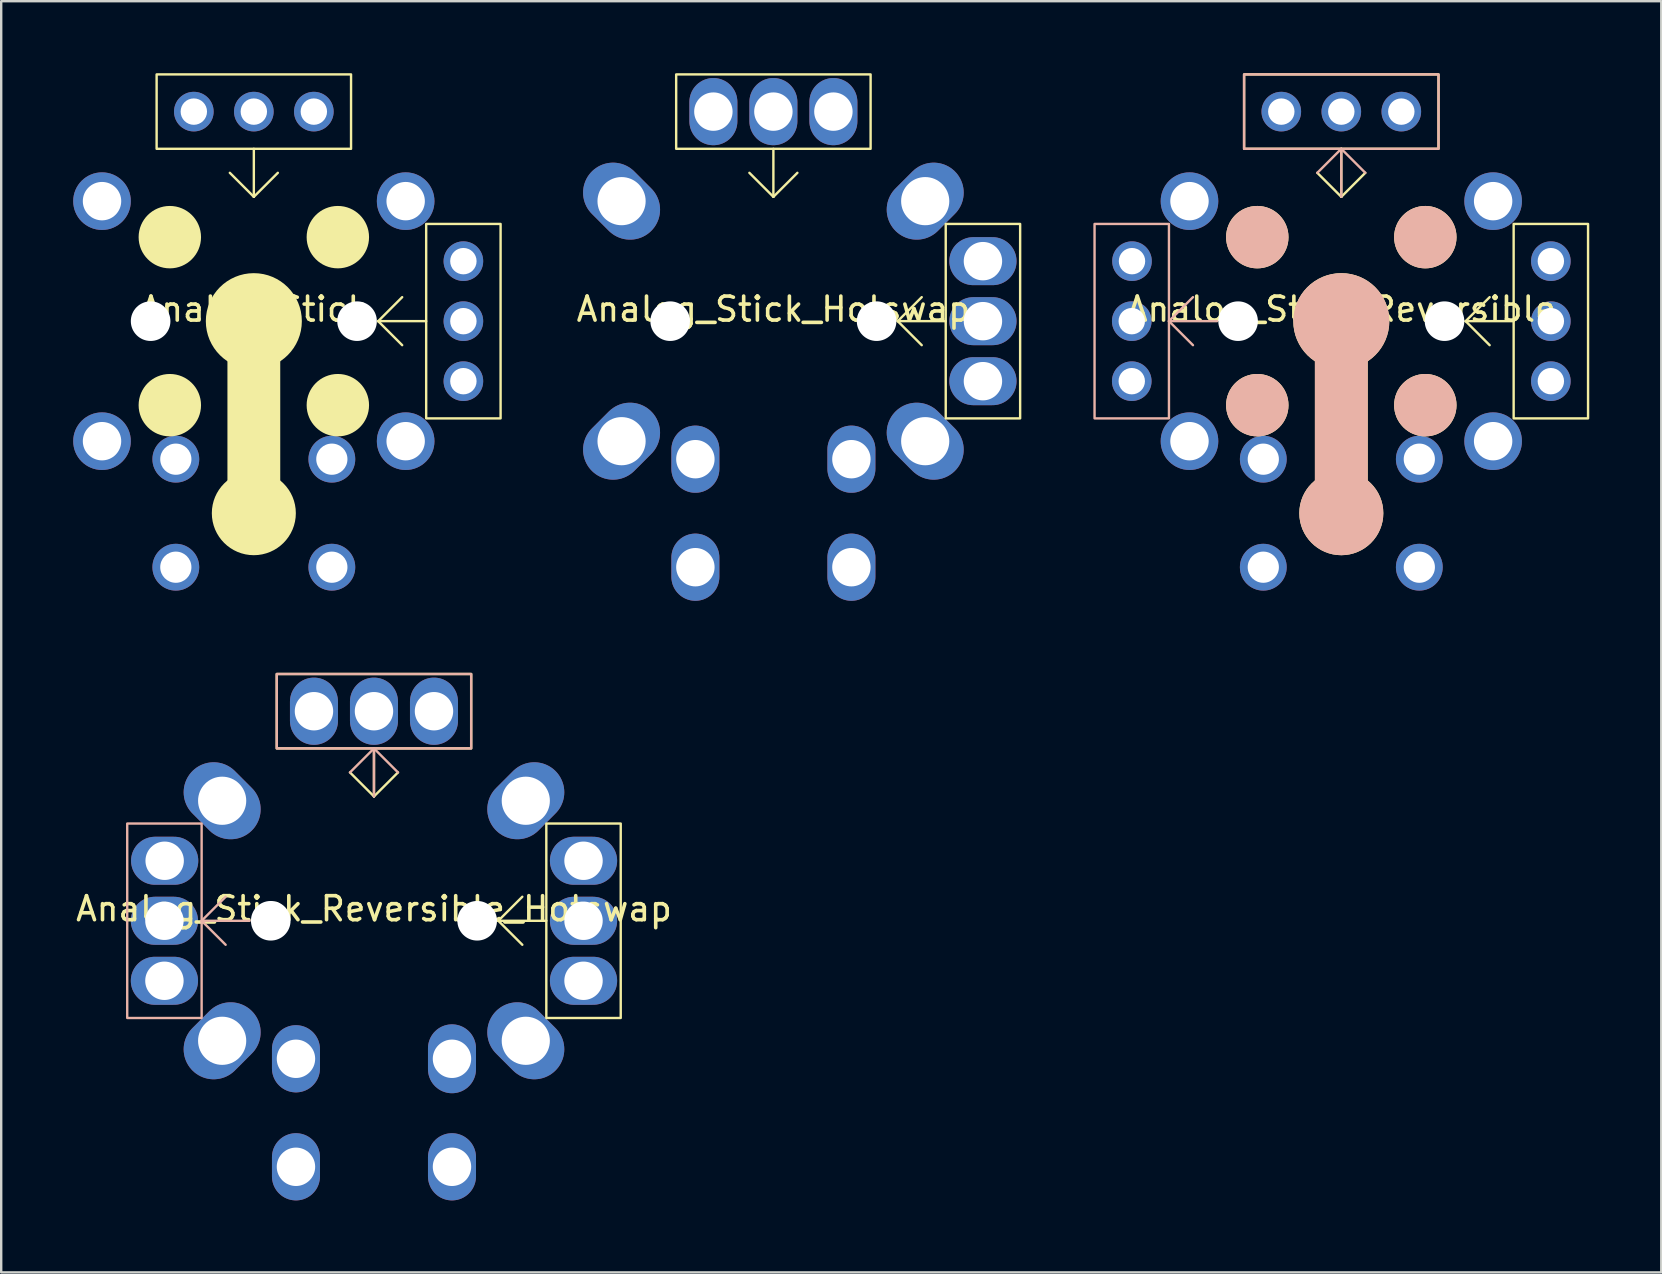
<source format=kicad_pcb>
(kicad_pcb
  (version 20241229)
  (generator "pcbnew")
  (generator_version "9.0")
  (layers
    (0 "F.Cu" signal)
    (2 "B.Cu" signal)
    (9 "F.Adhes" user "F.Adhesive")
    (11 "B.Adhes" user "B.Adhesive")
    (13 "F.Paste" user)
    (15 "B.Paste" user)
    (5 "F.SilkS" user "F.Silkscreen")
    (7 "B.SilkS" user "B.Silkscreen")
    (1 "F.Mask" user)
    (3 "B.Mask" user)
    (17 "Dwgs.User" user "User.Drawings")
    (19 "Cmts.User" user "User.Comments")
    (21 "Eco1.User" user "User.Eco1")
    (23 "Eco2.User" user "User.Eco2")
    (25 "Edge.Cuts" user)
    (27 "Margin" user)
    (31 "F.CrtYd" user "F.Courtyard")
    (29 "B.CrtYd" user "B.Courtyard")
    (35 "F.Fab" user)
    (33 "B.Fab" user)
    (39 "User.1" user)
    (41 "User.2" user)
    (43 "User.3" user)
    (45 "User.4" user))
  (footprint "Analog_Stick_Hotswap"
    (layer "F.Cu")
    (at 29.17 10.33)
    (property "Reference" "Analog_Stick_Hotswap" (at 0 -0.5 0) (unlocked yes) (layer "F.SilkS") (effects (font (size 1 1) (thickness 0.15))))
    (attr through_hole)
    (fp_line (start 0 -7.18) (end 0 -5.18) (stroke (width 0.1) (type solid)) (layer "F.SilkS"))
    (fp_line (start 0 -5.18) (end -1 -6.18) (stroke (width 0.1) (type solid)) (layer "F.SilkS"))
    (fp_line (start 0 -5.18) (end 1 -6.18) (stroke (width 0.1) (type solid)) (layer "F.SilkS"))
    (fp_line (start 5.18 0) (end 6.18 -1) (stroke (width 0.1) (type solid)) (layer "F.SilkS"))
    (fp_line (start 5.18 0) (end 6.18 1) (stroke (width 0.1) (type solid)) (layer "F.SilkS"))
    (fp_line (start 7.18 0) (end 5.18 0) (stroke (width 0.1) (type solid)) (layer "F.SilkS"))
    (fp_rect (start -4.05 -10.28) (end 4.05 -7.18) (stroke (width 0.1) (type solid)) (fill no) (layer "F.SilkS"))
    (fp_rect (start 7.18 -4.05) (end 10.28 4.05) (stroke (width 0.1) (type solid)) (fill no) (layer "F.SilkS"))
    (pad "" np_thru_hole oval (at -6.325 -5 315) (size 3.5 2.5) (drill 2.007) (layers "*.Cu" "*.Mask"))
    (pad "" np_thru_hole oval (at -6.325 5 45) (size 3.5 2.5) (drill 2.007) (layers "*.Cu" "*.Mask"))
    (pad "" np_thru_hole circle (at -4.3 0) (size 1.65 1.65) (drill 1.65) (layers "*.Cu" "*.Mask"))
    (pad "" np_thru_hole oval (at -3.25 5.75) (size 2 2.8) (drill 1.6) (layers "*.Cu" "*.Mask"))
    (pad "" np_thru_hole oval (at 3.25 10.25) (size 2 2.8) (drill 1.6) (layers "*.Cu" "*.Mask"))
    (pad "" np_thru_hole circle (at 4.3 0) (size 1.65 1.65) (drill 1.65) (layers "*.Cu" "*.Mask"))
    (pad "" np_thru_hole oval (at 6.325 -5 45) (size 3.5 2.5) (drill 2.007) (layers "*.Cu" "*.Mask"))
    (pad "" np_thru_hole oval (at 6.325 5 315) (size 3.5 2.5) (drill 2.007) (layers "*.Cu" "*.Mask"))
    (pad "1" thru_hole oval (at 0 -8.73) (size 2 2.8) (drill 1.6) (layers "*.Cu" "*.Mask"))
    (pad "2" thru_hole oval (at 8.73 0) (size 2.8 2) (drill 1.6) (layers "*.Cu" "*.Mask"))
    (pad "3" thru_hole oval (at -3.25 10.25) (size 2 2.8) (drill 1.6) (layers "*.Cu" "*.Mask"))
    (pad "4" thru_hole oval (at -2.5 -8.73) (size 2 2.8) (drill 1.6) (layers "*.Cu" "*.Mask"))
    (pad "4" thru_hole oval (at 3.25 5.75) (size 2 2.8) (drill 1.6) (layers "*.Cu" "*.Mask"))
    (pad "4" thru_hole oval (at 8.73 -2.5) (size 2.8 2) (drill 1.6) (layers "*.Cu" "*.Mask"))
    (pad "5" thru_hole oval (at 2.5 -8.73) (size 2 2.8) (drill 1.6) (layers "*.Cu" "*.Mask"))
    (pad "5" thru_hole oval (at 8.73 2.5) (size 2.8 2) (drill 1.6) (layers "*.Cu" "*.Mask")))
  (footprint "Analog_Stick"
    (layer "F.Cu")
    (at 7.525 10.33)
    (property "Reference" "Analog_Stick" (at 0 -0.5 0) (unlocked yes) (layer "F.SilkS") (effects (font (size 1 1) (thickness 0.15))))
    (attr through_hole)
    (fp_line (start -3.5 -3.5) (end -3.5 -3.5) (stroke (width 2.6) (type solid)) (layer "F.SilkS"))
    (fp_line (start -3.5 3.5) (end -3.5 3.5) (stroke (width 2.6) (type solid)) (layer "F.SilkS"))
    (fp_line (start 0 -7.18) (end 0 -5.18) (stroke (width 0.1) (type solid)) (layer "F.SilkS"))
    (fp_line (start 0 -5.18) (end -1 -6.18) (stroke (width 0.1) (type solid)) (layer "F.SilkS"))
    (fp_line (start 0 -5.18) (end 1 -6.18) (stroke (width 0.1) (type solid)) (layer "F.SilkS"))
    (fp_line (start 0 0) (end 0 0) (stroke (width 4) (type solid)) (layer "F.SilkS"))
    (fp_line (start 0 0) (end 0 8) (stroke (width 2.2) (type solid)) (layer "F.SilkS"))
    (fp_line (start 0 8) (end 0 8) (stroke (width 3.5) (type solid)) (layer "F.SilkS"))
    (fp_line (start 3.5 -3.5) (end 3.5 -3.5) (stroke (width 2.6) (type solid)) (layer "F.SilkS"))
    (fp_line (start 3.5 3.5) (end 3.5 3.5) (stroke (width 2.6) (type solid)) (layer "F.SilkS"))
    (fp_line (start 5.18 0) (end 6.18 -1) (stroke (width 0.1) (type solid)) (layer "F.SilkS"))
    (fp_line (start 5.18 0) (end 6.18 1) (stroke (width 0.1) (type solid)) (layer "F.SilkS"))
    (fp_line (start 7.18 0) (end 5.18 0) (stroke (width 0.1) (type solid)) (layer "F.SilkS"))
    (fp_rect (start -4.05 -10.28) (end 4.05 -7.18) (stroke (width 0.1) (type solid)) (fill no) (layer "F.SilkS"))
    (fp_rect (start 7.18 -4.05) (end 10.28 4.05) (stroke (width 0.1) (type solid)) (fill no) (layer "F.SilkS"))
    (pad "" np_thru_hole circle (at -6.325 -5) (size 2.4 2.4) (drill 1.6) (layers "*.Cu" "*.Mask"))
    (pad "" np_thru_hole circle (at -6.325 5) (size 2.4 2.4) (drill 1.6) (layers "*.Cu" "*.Mask"))
    (pad "" np_thru_hole circle (at -4.3 0) (size 1.65 1.65) (drill 1.65) (layers "*.Cu" "*.Mask"))
    (pad "" np_thru_hole circle (at 4.3 0) (size 1.65 1.65) (drill 1.65) (layers "*.Cu" "*.Mask"))
    (pad "" np_thru_hole circle (at 6.325 -5) (size 2.4 2.4) (drill 1.6) (layers "*.Cu" "*.Mask"))
    (pad "" np_thru_hole circle (at 6.325 5) (size 2.4 2.4) (drill 1.6) (layers "*.Cu" "*.Mask"))
    (pad "1" thru_hole circle (at 0 -8.73) (size 1.65 1.65) (drill 1.1) (layers "*.Cu" "*.Mask"))
    (pad "2" thru_hole circle (at 8.73 0) (size 1.65 1.65) (drill 1.1) (layers "*.Cu" "*.Mask"))
    (pad "3" thru_hole circle (at -3.25 10.25) (size 1.95 1.95) (drill 1.3) (layers "*.Cu" "*.Mask"))
    (pad "3" thru_hole circle (at 3.25 10.25) (size 1.95 1.95) (drill 1.3) (layers "*.Cu" "*.Mask"))
    (pad "4" thru_hole circle (at -3.25 5.75) (size 1.95 1.95) (drill 1.3) (layers "*.Cu" "*.Mask"))
    (pad "4" thru_hole circle (at -2.5 -8.73) (size 1.65 1.65) (drill 1.1) (layers "*.Cu" "*.Mask"))
    (pad "4" thru_hole circle (at 3.25 5.75) (size 1.95 1.95) (drill 1.3) (layers "*.Cu" "*.Mask"))
    (pad "4" thru_hole circle (at 8.73 -2.5) (size 1.65 1.65) (drill 1.1) (layers "*.Cu" "*.Mask"))
    (pad "5" thru_hole circle (at 2.5 -8.73) (size 1.65 1.65) (drill 1.1) (layers "*.Cu" "*.Mask"))
    (pad "5" thru_hole circle (at 8.73 2.5) (size 1.65 1.65) (drill 1.1) (layers "*.Cu" "*.Mask")))
  (footprint "Analog_Stick_Reversible_Hotswap"
    (layer "F.Cu")
    (at 12.53 35.31)
    (property "Reference" "Analog_Stick_Reversible_Hotswap" (at 0 -0.5 0) (unlocked yes) (layer "F.SilkS") (effects (font (size 1 1) (thickness 0.15))))
    (attr through_hole)
    (fp_line (start 0 -7.18) (end 0 -5.18) (stroke (width 0.1) (type solid)) (layer "F.SilkS"))
    (fp_line (start 0 -5.18) (end -1 -6.18) (stroke (width 0.1) (type solid)) (layer "F.SilkS"))
    (fp_line (start 0 -5.18) (end 1 -6.18) (stroke (width 0.1) (type solid)) (layer "F.SilkS"))
    (fp_line (start 5.18 0) (end 6.18 -1) (stroke (width 0.1) (type solid)) (layer "F.SilkS"))
    (fp_line (start 5.18 0) (end 6.18 1) (stroke (width 0.1) (type solid)) (layer "F.SilkS"))
    (fp_line (start 5.18 0) (end 7.18 0) (stroke (width 0.1) (type solid)) (layer "F.SilkS"))
    (fp_rect (start -4.05 -10.28) (end 4.05 -7.18) (stroke (width 0.1) (type solid)) (fill no) (layer "F.SilkS"))
    (fp_rect (start 7.18 -4.05) (end 10.28 4.05) (stroke (width 0.1) (type solid)) (fill no) (layer "F.SilkS"))
    (fp_line (start -7.18 0) (end -6.18 -1) (stroke (width 0.1) (type solid)) (layer "B.SilkS"))
    (fp_line (start -7.18 0) (end -6.18 1) (stroke (width 0.1) (type solid)) (layer "B.SilkS"))
    (fp_line (start -7.18 0) (end -5.18 0) (stroke (width 0.1) (type solid)) (layer "B.SilkS"))
    (fp_line (start 0 -7.18) (end -1 -6.18) (stroke (width 0.1) (type solid)) (layer "B.SilkS"))
    (fp_line (start 0 -7.18) (end 0 -5.18) (stroke (width 0.1) (type solid)) (layer "B.SilkS"))
    (fp_line (start 0 -7.18) (end 1 -6.18) (stroke (width 0.1) (type solid)) (layer "B.SilkS"))
    (fp_rect (start -10.28 -4.05) (end -7.18 4.05) (stroke (width 0.1) (type solid)) (fill no) (layer "B.SilkS"))
    (fp_rect (start -4.05 -10.28) (end 4.05 -7.18) (stroke (width 0.1) (type solid)) (fill no) (layer "B.SilkS"))
    (pad "" np_thru_hole oval (at -6.325 -5 315) (size 3.5 2.5) (drill 2.007) (layers "*.Cu" "*.Mask"))
    (pad "" np_thru_hole oval (at -6.325 5 45) (size 3.5 2.5) (drill 2.007) (layers "*.Cu" "*.Mask"))
    (pad "" np_thru_hole circle (at -4.3 0) (size 1.65 1.65) (drill 1.65) (layers "*.Cu" "*.Mask"))
    (pad "" np_thru_hole oval (at -3.25 5.75) (size 2 2.8) (drill 1.6) (layers "*.Cu" "*.Mask"))
    (pad "" np_thru_hole oval (at 3.25 10.25) (size 2 2.8) (drill 1.6) (layers "*.Cu" "*.Mask"))
    (pad "" np_thru_hole circle (at 4.3 0) (size 1.65 1.65) (drill 1.65) (layers "*.Cu" "*.Mask"))
    (pad "" np_thru_hole oval (at 6.325 -5 45) (size 3.5 2.5) (drill 2.007) (layers "*.Cu" "*.Mask"))
    (pad "" np_thru_hole oval (at 6.325 5 315) (size 3.5 2.5) (drill 2.007) (layers "*.Cu" "*.Mask"))
    (pad "1" thru_hole oval (at 0 -8.73) (size 2 2.8) (drill 1.6) (layers "*.Cu" "*.Mask"))
    (pad "2" thru_hole oval (at -8.73 0) (size 2.8 2) (drill 1.6) (layers "*.Cu" "*.Mask"))
    (pad "2" thru_hole oval (at 8.73 0) (size 2.8 2) (drill 1.6) (layers "*.Cu" "*.Mask"))
    (pad "3" thru_hole oval (at -3.25 10.25) (size 2 2.8) (drill 1.6) (layers "*.Cu" "*.Mask"))
    (pad "4" thru_hole oval (at -8.73 2.5) (size 2.8 2) (drill 1.6) (layers "*.Cu" "*.Mask"))
    (pad "4" thru_hole oval (at 2.5 -8.73) (size 2 2.8) (drill 1.6) (layers "*.Cu" "*.Mask"))
    (pad "4" thru_hole oval (at 3.25 5.75) (size 2 2.87) (drill 1.6) (layers "*.Cu" "*.Mask"))
    (pad "4" thru_hole oval (at 8.73 -2.5) (size 2.8 2) (drill 1.6) (layers "*.Cu" "*.Mask"))
    (pad "5" thru_hole oval (at -8.72 -2.5) (size 2.8 2) (drill 1.6) (layers "*.Cu" "*.Mask"))
    (pad "5" thru_hole oval (at -2.5 -8.73) (size 2 2.8) (drill 1.6) (layers "*.Cu" "*.Mask"))
    (pad "5" thru_hole oval (at 8.73 2.5) (size 2.8 2) (drill 1.6) (layers "*.Cu" "*.Mask")))
  (footprint "Analog_Stick_Reversible"
    (layer "F.Cu")
    (at 52.83 10.33)
    (property "Reference" "Analog_Stick_Reversible" (at 0 -0.5 0) (unlocked yes) (layer "F.SilkS") (effects (font (size 1 1) (thickness 0.15))))
    (attr through_hole)
    (fp_line (start -3.5 -3.5) (end -3.5 -3.5) (stroke (width 2.6) (type solid)) (layer "F.SilkS"))
    (fp_line (start -3.5 3.5) (end -3.5 3.5) (stroke (width 2.6) (type solid)) (layer "F.SilkS"))
    (fp_line (start 0 -7.18) (end 0 -5.18) (stroke (width 0.1) (type solid)) (layer "F.SilkS"))
    (fp_line (start 0 -5.18) (end -1 -6.18) (stroke (width 0.1) (type solid)) (layer "F.SilkS"))
    (fp_line (start 0 -5.18) (end 1 -6.18) (stroke (width 0.1) (type solid)) (layer "F.SilkS"))
    (fp_line (start 0 0) (end 0 0) (stroke (width 4) (type solid)) (layer "F.SilkS"))
    (fp_line (start 0 0) (end 0 8) (stroke (width 2.2) (type solid)) (layer "F.SilkS"))
    (fp_line (start 0 8) (end 0 8) (stroke (width 3.5) (type solid)) (layer "F.SilkS"))
    (fp_line (start 3.5 -3.5) (end 3.5 -3.5) (stroke (width 2.6) (type solid)) (layer "F.SilkS"))
    (fp_line (start 3.5 3.5) (end 3.5 3.5) (stroke (width 2.6) (type solid)) (layer "F.SilkS"))
    (fp_line (start 5.18 0) (end 6.18 -1) (stroke (width 0.1) (type solid)) (layer "F.SilkS"))
    (fp_line (start 5.18 0) (end 6.18 1) (stroke (width 0.1) (type solid)) (layer "F.SilkS"))
    (fp_line (start 5.18 0) (end 7.18 0) (stroke (width 0.1) (type solid)) (layer "F.SilkS"))
    (fp_rect (start -4.05 -10.28) (end 4.05 -7.18) (stroke (width 0.1) (type solid)) (fill no) (layer "F.SilkS"))
    (fp_rect (start 7.18 -4.05) (end 10.28 4.05) (stroke (width 0.1) (type solid)) (fill no) (layer "F.SilkS"))
    (fp_line (start -7.18 0) (end -6.18 -1) (stroke (width 0.1) (type solid)) (layer "B.SilkS"))
    (fp_line (start -7.18 0) (end -6.18 1) (stroke (width 0.1) (type solid)) (layer "B.SilkS"))
    (fp_line (start -7.18 0) (end -5.18 0) (stroke (width 0.1) (type solid)) (layer "B.SilkS"))
    (fp_line (start -3.5 -3.5) (end -3.5 -3.5) (stroke (width 2.6) (type solid)) (layer "B.SilkS"))
    (fp_line (start -3.5 3.5) (end -3.5 3.5) (stroke (width 2.6) (type solid)) (layer "B.SilkS"))
    (fp_line (start 0 -7.18) (end -1 -6.18) (stroke (width 0.1) (type solid)) (layer "B.SilkS"))
    (fp_line (start 0 -7.18) (end 0 -5.18) (stroke (width 0.1) (type solid)) (layer "B.SilkS"))
    (fp_line (start 0 -7.18) (end 1 -6.18) (stroke (width 0.1) (type solid)) (layer "B.SilkS"))
    (fp_line (start 0 0) (end 0 0) (stroke (width 4) (type solid)) (layer "B.SilkS"))
    (fp_line (start 0 0) (end 0 8) (stroke (width 2.2) (type solid)) (layer "B.SilkS"))
    (fp_line (start 0 8) (end 0 8) (stroke (width 3.5) (type solid)) (layer "B.SilkS"))
    (fp_line (start 3.5 -3.5) (end 3.5 -3.5) (stroke (width 2.6) (type solid)) (layer "B.SilkS"))
    (fp_line (start 3.5 3.5) (end 3.5 3.5) (stroke (width 2.6) (type solid)) (layer "B.SilkS"))
    (fp_rect (start -10.28 -4.05) (end -7.18 4.05) (stroke (width 0.1) (type solid)) (fill no) (layer "B.SilkS"))
    (fp_rect (start -4.05 -10.28) (end 4.05 -7.18) (stroke (width 0.1) (type solid)) (fill no) (layer "B.SilkS"))
    (pad "" np_thru_hole circle (at -6.325 -5) (size 2.4 2.4) (drill 1.6) (layers "*.Cu" "*.Mask"))
    (pad "" np_thru_hole circle (at -6.325 5) (size 2.4 2.4) (drill 1.6) (layers "*.Cu" "*.Mask"))
    (pad "" np_thru_hole circle (at -4.3 0) (size 1.65 1.65) (drill 1.65) (layers "*.Cu" "*.Mask"))
    (pad "" np_thru_hole circle (at 4.3 0) (size 1.65 1.65) (drill 1.65) (layers "*.Cu" "*.Mask"))
    (pad "" np_thru_hole circle (at 6.325 -5) (size 2.4 2.4) (drill 1.6) (layers "*.Cu" "*.Mask"))
    (pad "" np_thru_hole circle (at 6.325 5) (size 2.4 2.4) (drill 1.6) (layers "*.Cu" "*.Mask"))
    (pad "1" thru_hole circle (at 0 -8.73) (size 1.65 1.65) (drill 1.1) (layers "*.Cu" "*.Mask"))
    (pad "2" thru_hole circle (at -8.73 0) (size 1.65 1.65) (drill 1.1) (layers "*.Cu" "*.Mask"))
    (pad "2" thru_hole circle (at 8.73 0) (size 1.65 1.65) (drill 1.1) (layers "*.Cu" "*.Mask"))
    (pad "3" thru_hole circle (at -3.25 10.25) (size 1.95 1.95) (drill 1.3) (layers "*.Cu" "*.Mask"))
    (pad "3" thru_hole circle (at 3.25 10.25) (size 1.95 1.95) (drill 1.3) (layers "*.Cu" "*.Mask"))
    (pad "4" thru_hole circle (at -8.73 2.5) (size 1.65 1.65) (drill 1.1) (layers "*.Cu" "*.Mask"))
    (pad "4" thru_hole circle (at -3.25 5.75) (size 1.95 1.95) (drill 1.3) (layers "*.Cu" "*.Mask"))
    (pad "4" thru_hole circle (at -2.5 -8.73) (size 1.65 1.65) (drill 1.1) (layers "*.Cu" "*.Mask"))
    (pad "4" thru_hole circle (at 3.25 5.75) (size 1.95 1.95) (drill 1.3) (layers "*.Cu" "*.Mask"))
    (pad "4" thru_hole circle (at 8.73 -2.5) (size 1.65 1.65) (drill 1.1) (layers "*.Cu" "*.Mask"))
    (pad "5" thru_hole circle (at -8.72 -2.5) (size 1.65 1.65) (drill 1.1) (layers "*.Cu" "*.Mask"))
    (pad "5" thru_hole circle (at 2.5 -8.73) (size 1.65 1.65) (drill 1.1) (layers "*.Cu" "*.Mask"))
    (pad "5" thru_hole circle (at 8.73 2.5) (size 1.65 1.65) (drill 1.1) (layers "*.Cu" "*.Mask")))
  (gr_rect
    (start -3 -3)
    (end 66.16 49.96)
    (stroke (width 0.1) (type default))
    (fill no)
    (layer "Edge.Cuts")))
</source>
